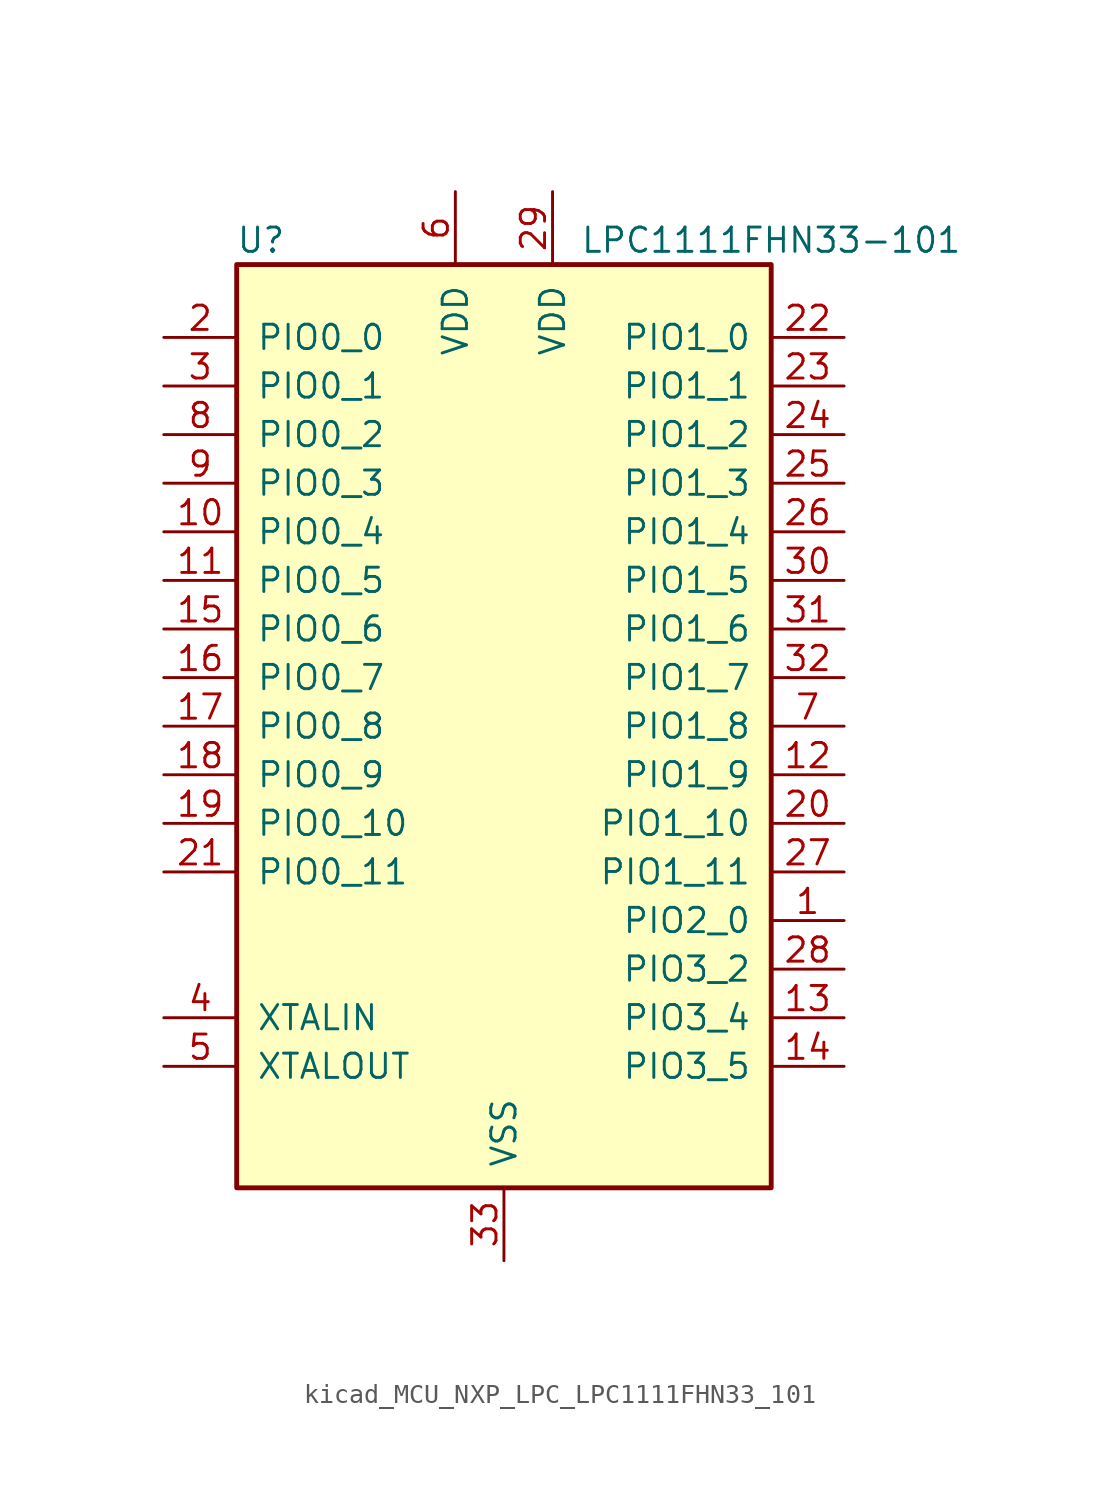
<source format=kicad_sym>
(kicad_symbol_lib
  (version 20220914)
  (generator kicad_symbol_editor)
  (symbol "kicad_MCU_NXP_LPC_LPC1111FHN33_101"
    (pin_names
      (offset 1.016))
    (property "Reference" "U"
      (at -12.7 25.4 0)
      (effects (font (size 1.27 1.27))))
    (property "Value" "LPC1111FHN33-101"
      (at 13.97 25.4 0)
      (effects (font (size 1.27 1.27))))
    (symbol "kicad_MCU_NXP_LPC_LPC1111FHN33_101_0_1"
      (rectangle (start -13.97 24.13) (end 13.97 -24.13) (stroke (width 0.254) (type default)) (fill (type background))))
    (symbol "kicad_MCU_NXP_LPC_LPC1111FHN33_101_1_1"
      (pin bidirectional line (at 17.78 -10.16 180) (length 3.81) (name "PIO2_0" (effects (font (size 1.27 1.27)))) (number "1" (effects (font (size 1.27 1.27)))))
      (pin bidirectional line (at -17.78 10.16 0) (length 3.81) (name "PIO0_4" (effects (font (size 1.27 1.27)))) (number "10" (effects (font (size 1.27 1.27)))))
      (pin bidirectional line (at -17.78 7.62 0) (length 3.81) (name "PIO0_5" (effects (font (size 1.27 1.27)))) (number "11" (effects (font (size 1.27 1.27)))))
      (pin bidirectional line (at 17.78 -2.54 180) (length 3.81) (name "PIO1_9" (effects (font (size 1.27 1.27)))) (number "12" (effects (font (size 1.27 1.27)))))
      (pin bidirectional line (at 17.78 -15.24 180) (length 3.81) (name "PIO3_4" (effects (font (size 1.27 1.27)))) (number "13" (effects (font (size 1.27 1.27)))))
      (pin bidirectional line (at 17.78 -17.78 180) (length 3.81) (name "PIO3_5" (effects (font (size 1.27 1.27)))) (number "14" (effects (font (size 1.27 1.27)))))
      (pin bidirectional line (at -17.78 5.08 0) (length 3.81) (name "PIO0_6" (effects (font (size 1.27 1.27)))) (number "15" (effects (font (size 1.27 1.27)))))
      (pin bidirectional line (at -17.78 2.54 0) (length 3.81) (name "PIO0_7" (effects (font (size 1.27 1.27)))) (number "16" (effects (font (size 1.27 1.27)))))
      (pin bidirectional line (at -17.78 0 0) (length 3.81) (name "PIO0_8" (effects (font (size 1.27 1.27)))) (number "17" (effects (font (size 1.27 1.27)))))
      (pin bidirectional line (at -17.78 -2.54 0) (length 3.81) (name "PIO0_9" (effects (font (size 1.27 1.27)))) (number "18" (effects (font (size 1.27 1.27)))))
      (pin bidirectional line (at -17.78 -5.08 0) (length 3.81) (name "PIO0_10" (effects (font (size 1.27 1.27)))) (number "19" (effects (font (size 1.27 1.27)))))
      (pin bidirectional line (at -17.78 20.32 0) (length 3.81) (name "PIO0_0" (effects (font (size 1.27 1.27)))) (number "2" (effects (font (size 1.27 1.27)))))
      (pin bidirectional line (at 17.78 -5.08 180) (length 3.81) (name "PIO1_10" (effects (font (size 1.27 1.27)))) (number "20" (effects (font (size 1.27 1.27)))))
      (pin bidirectional line (at -17.78 -7.62 0) (length 3.81) (name "PIO0_11" (effects (font (size 1.27 1.27)))) (number "21" (effects (font (size 1.27 1.27)))))
      (pin bidirectional line (at 17.78 20.32 180) (length 3.81) (name "PIO1_0" (effects (font (size 1.27 1.27)))) (number "22" (effects (font (size 1.27 1.27)))))
      (pin bidirectional line (at 17.78 17.78 180) (length 3.81) (name "PIO1_1" (effects (font (size 1.27 1.27)))) (number "23" (effects (font (size 1.27 1.27)))))
      (pin bidirectional line (at 17.78 15.24 180) (length 3.81) (name "PIO1_2" (effects (font (size 1.27 1.27)))) (number "24" (effects (font (size 1.27 1.27)))))
      (pin bidirectional line (at 17.78 12.7 180) (length 3.81) (name "PIO1_3" (effects (font (size 1.27 1.27)))) (number "25" (effects (font (size 1.27 1.27)))))
      (pin bidirectional line (at 17.78 10.16 180) (length 3.81) (name "PIO1_4" (effects (font (size 1.27 1.27)))) (number "26" (effects (font (size 1.27 1.27)))))
      (pin bidirectional line (at 17.78 -7.62 180) (length 3.81) (name "PIO1_11" (effects (font (size 1.27 1.27)))) (number "27" (effects (font (size 1.27 1.27)))))
      (pin bidirectional line (at 17.78 -12.7 180) (length 3.81) (name "PIO3_2" (effects (font (size 1.27 1.27)))) (number "28" (effects (font (size 1.27 1.27)))))
      (pin power_in line (at 2.54 27.94 270) (length 3.81) (name "VDD" (effects (font (size 1.27 1.27)))) (number "29" (effects (font (size 1.27 1.27)))))
      (pin bidirectional line (at -17.78 17.78 0) (length 3.81) (name "PIO0_1" (effects (font (size 1.27 1.27)))) (number "3" (effects (font (size 1.27 1.27)))))
      (pin bidirectional line (at 17.78 7.62 180) (length 3.81) (name "PIO1_5" (effects (font (size 1.27 1.27)))) (number "30" (effects (font (size 1.27 1.27)))))
      (pin bidirectional line (at 17.78 5.08 180) (length 3.81) (name "PIO1_6" (effects (font (size 1.27 1.27)))) (number "31" (effects (font (size 1.27 1.27)))))
      (pin bidirectional line (at 17.78 2.54 180) (length 3.81) (name "PIO1_7" (effects (font (size 1.27 1.27)))) (number "32" (effects (font (size 1.27 1.27)))))
      (pin power_in line (at 0 -27.94 90) (length 3.81) (name "VSS" (effects (font (size 1.27 1.27)))) (number "33" (effects (font (size 1.27 1.27)))))
      (pin input line (at -17.78 -15.24 0) (length 3.81) (name "XTALIN" (effects (font (size 1.27 1.27)))) (number "4" (effects (font (size 1.27 1.27)))))
      (pin output line (at -17.78 -17.78 0) (length 3.81) (name "XTALOUT" (effects (font (size 1.27 1.27)))) (number "5" (effects (font (size 1.27 1.27)))))
      (pin power_in line (at -2.54 27.94 270) (length 3.81) (name "VDD" (effects (font (size 1.27 1.27)))) (number "6" (effects (font (size 1.27 1.27)))))
      (pin bidirectional line (at 17.78 0 180) (length 3.81) (name "PIO1_8" (effects (font (size 1.27 1.27)))) (number "7" (effects (font (size 1.27 1.27)))))
      (pin bidirectional line (at -17.78 15.24 0) (length 3.81) (name "PIO0_2" (effects (font (size 1.27 1.27)))) (number "8" (effects (font (size 1.27 1.27)))))
      (pin bidirectional line (at -17.78 12.7 0) (length 3.81) (name "PIO0_3" (effects (font (size 1.27 1.27)))) (number "9" (effects (font (size 1.27 1.27))))))))
</source>
